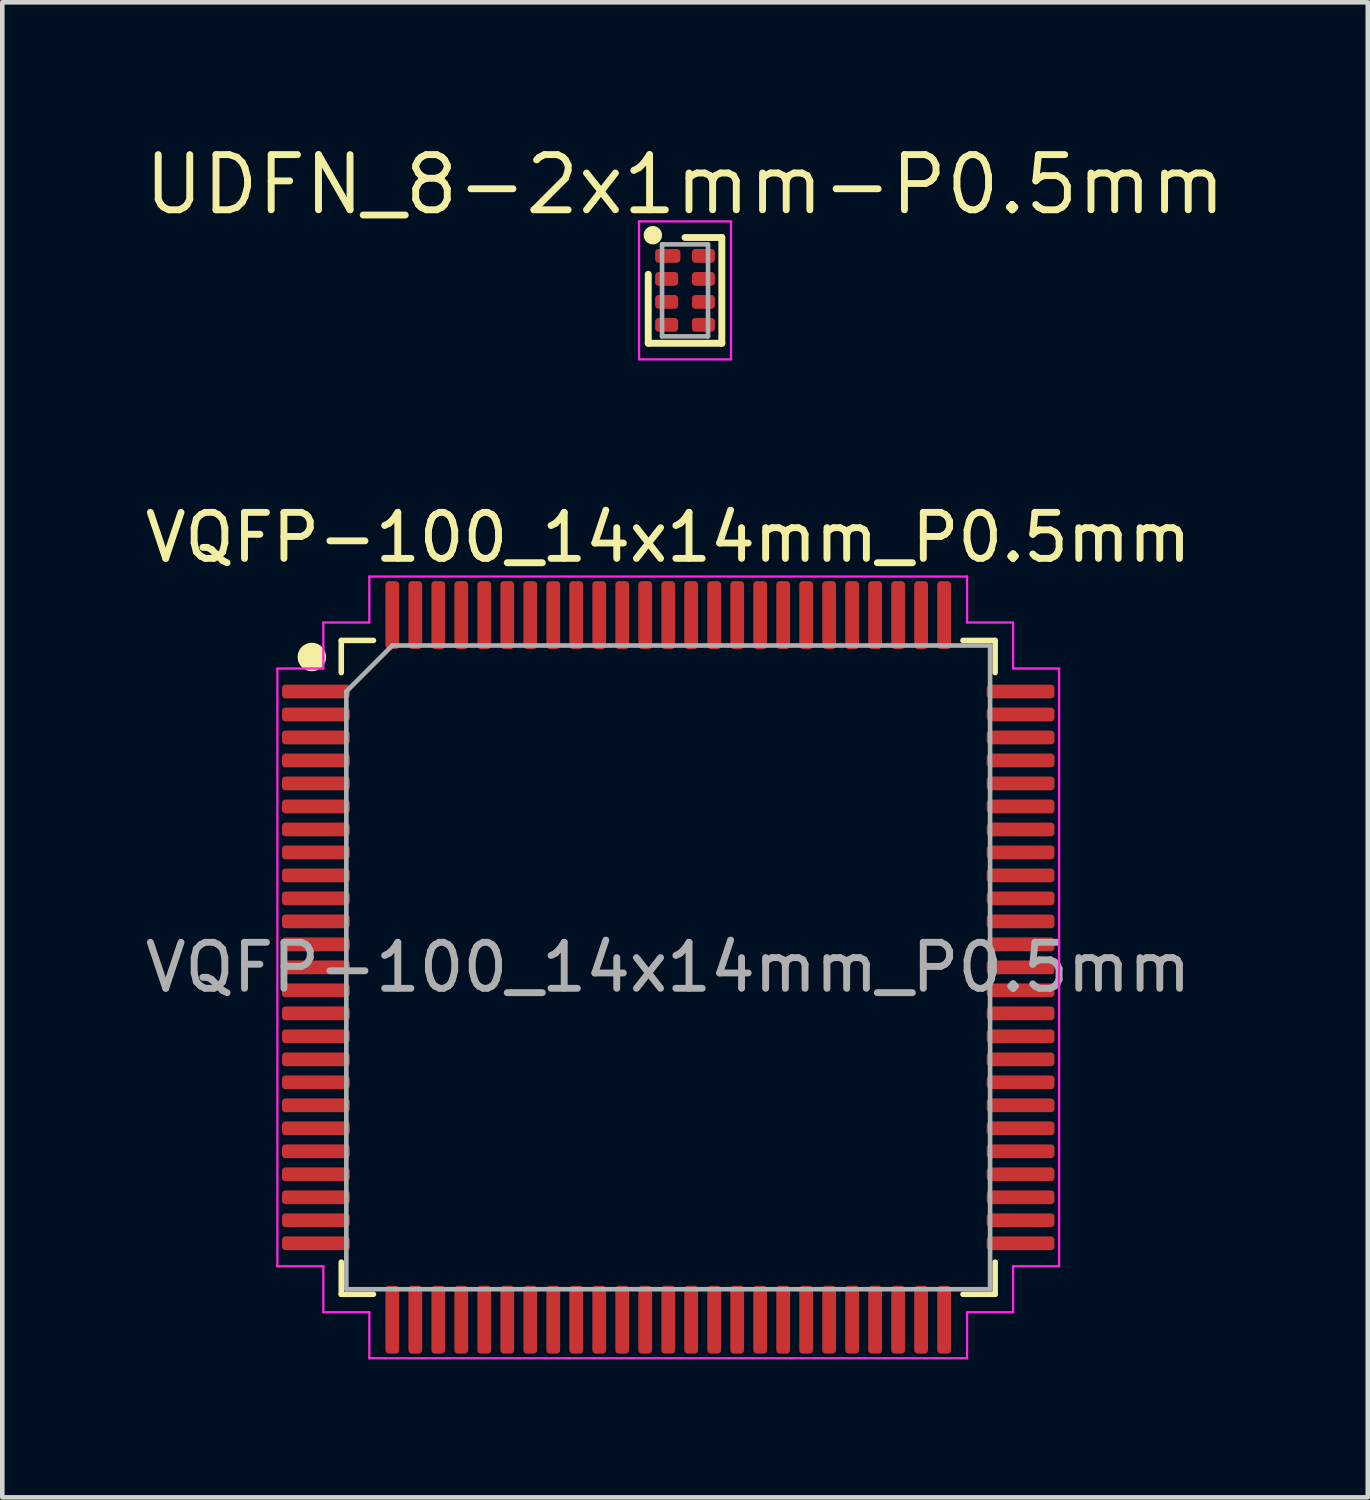
<source format=kicad_pcb>
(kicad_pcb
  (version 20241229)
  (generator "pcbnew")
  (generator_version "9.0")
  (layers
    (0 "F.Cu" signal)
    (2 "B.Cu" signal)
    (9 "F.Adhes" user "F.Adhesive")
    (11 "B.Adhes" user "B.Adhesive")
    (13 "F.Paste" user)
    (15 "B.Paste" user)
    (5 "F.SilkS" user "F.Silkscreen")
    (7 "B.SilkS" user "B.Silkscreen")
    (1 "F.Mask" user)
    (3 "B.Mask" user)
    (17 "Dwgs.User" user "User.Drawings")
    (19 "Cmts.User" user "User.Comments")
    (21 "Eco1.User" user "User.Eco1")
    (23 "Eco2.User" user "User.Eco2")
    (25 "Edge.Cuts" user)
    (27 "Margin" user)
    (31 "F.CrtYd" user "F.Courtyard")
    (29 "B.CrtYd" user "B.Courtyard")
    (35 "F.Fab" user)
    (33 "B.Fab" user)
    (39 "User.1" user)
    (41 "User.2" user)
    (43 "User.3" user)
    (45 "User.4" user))
  (footprint "VQFP-100_14x14mm_P0.5mm"
    (layer "F.Cu")
    (at 11.482 17.988)
    (property "Reference" "VQFP-100_14x14mm_P0.5mm" (at 0 -9.35 0) (layer "F.SilkS") (effects (font (size 1 1) (thickness 0.15))))
    (attr smd)
    (fp_line (start -7.11 -7.11) (end -7.11 -6.41) (stroke (width 0.12) (type solid)) (layer "F.SilkS"))
    (fp_line (start -7.11 7.11) (end -7.11 6.41) (stroke (width 0.12) (type solid)) (layer "F.SilkS"))
    (fp_line (start -6.41 -7.11) (end -7.11 -7.11) (stroke (width 0.12) (type solid)) (layer "F.SilkS"))
    (fp_line (start -6.41 7.11) (end -7.11 7.11) (stroke (width 0.12) (type solid)) (layer "F.SilkS"))
    (fp_line (start 6.41 -7.11) (end 7.11 -7.11) (stroke (width 0.12) (type solid)) (layer "F.SilkS"))
    (fp_line (start 6.41 7.11) (end 7.11 7.11) (stroke (width 0.12) (type solid)) (layer "F.SilkS"))
    (fp_line (start 7.11 -7.11) (end 7.11 -6.41) (stroke (width 0.12) (type solid)) (layer "F.SilkS"))
    (fp_line (start 7.11 7.11) (end 7.11 6.41) (stroke (width 0.12) (type solid)) (layer "F.SilkS"))
    (fp_circle (center -7.75 -6.75) (end -7.5 -6.75) (stroke (width 0.12) (type solid)) (fill yes) (layer "F.SilkS"))
    (fp_line (start -8.5 -6.5) (end -8.5 6.5) (stroke (width 0.05) (type solid)) (layer "F.CrtYd"))
    (fp_line (start -7.5 -7.5) (end -7.5 -6.5) (stroke (width 0.05) (type solid)) (layer "F.CrtYd"))
    (fp_line (start -7.5 -6.5) (end -8.5 -6.5) (stroke (width 0.05) (type solid)) (layer "F.CrtYd"))
    (fp_line (start -7.5 6.5) (end -8.5 6.5) (stroke (width 0.05) (type solid)) (layer "F.CrtYd"))
    (fp_line (start -7.5 7.5) (end -7.5 6.5) (stroke (width 0.05) (type solid)) (layer "F.CrtYd"))
    (fp_line (start -6.5 -8.5) (end -6.5 -7.5) (stroke (width 0.05) (type solid)) (layer "F.CrtYd"))
    (fp_line (start -6.5 -8.5) (end 6.5 -8.5) (stroke (width 0.05) (type solid)) (layer "F.CrtYd"))
    (fp_line (start -6.5 -7.5) (end -7.5 -7.5) (stroke (width 0.05) (type solid)) (layer "F.CrtYd"))
    (fp_line (start -6.5 7.5) (end -7.5 7.5) (stroke (width 0.05) (type solid)) (layer "F.CrtYd"))
    (fp_line (start -6.5 8.5) (end -6.5 7.5) (stroke (width 0.05) (type solid)) (layer "F.CrtYd"))
    (fp_line (start 6.5 -8.5) (end 6.5 -7.5) (stroke (width 0.05) (type solid)) (layer "F.CrtYd"))
    (fp_line (start 6.5 -7.5) (end 7.5 -7.5) (stroke (width 0.05) (type solid)) (layer "F.CrtYd"))
    (fp_line (start 6.5 7.5) (end 7.5 7.5) (stroke (width 0.05) (type solid)) (layer "F.CrtYd"))
    (fp_line (start 6.5 8.5) (end -6.5 8.5) (stroke (width 0.05) (type solid)) (layer "F.CrtYd"))
    (fp_line (start 6.5 8.5) (end 6.5 7.5) (stroke (width 0.05) (type solid)) (layer "F.CrtYd"))
    (fp_line (start 7.5 -7.5) (end 7.5 -6.5) (stroke (width 0.05) (type solid)) (layer "F.CrtYd"))
    (fp_line (start 7.5 -6.5) (end 8.5 -6.5) (stroke (width 0.05) (type solid)) (layer "F.CrtYd"))
    (fp_line (start 7.5 6.5) (end 8.5 6.5) (stroke (width 0.05) (type solid)) (layer "F.CrtYd"))
    (fp_line (start 7.5 7.5) (end 7.5 6.5) (stroke (width 0.05) (type solid)) (layer "F.CrtYd"))
    (fp_line (start 8.5 6.5) (end 8.5 -6.5) (stroke (width 0.05) (type solid)) (layer "F.CrtYd"))
    (fp_line (start -7 -6) (end -6 -7) (stroke (width 0.1) (type solid)) (layer "F.Fab"))
    (fp_line (start -7 7) (end -7 -6) (stroke (width 0.1) (type solid)) (layer "F.Fab"))
    (fp_line (start -6 -7) (end 7 -7) (stroke (width 0.1) (type solid)) (layer "F.Fab"))
    (fp_line (start 7 -7) (end 7 7) (stroke (width 0.1) (type solid)) (layer "F.Fab"))
    (fp_line (start 7 7) (end -7 7) (stroke (width 0.1) (type solid)) (layer "F.Fab"))
    (fp_text user "${REFERENCE}" (at 0 0 0) (layer "F.Fab") (effects (font (size 1 1) (thickness 0.15))))
    (pad "1" smd roundrect (at -7.662 -6) (size 1.475 0.3) (layers "F.Cu" "F.Mask" "F.Paste") (roundrect_rratio 0.25))
    (pad "2" smd roundrect (at -7.662 -5.5) (size 1.475 0.3) (layers "F.Cu" "F.Mask" "F.Paste") (roundrect_rratio 0.25))
    (pad "3" smd roundrect (at -7.662 -5) (size 1.475 0.3) (layers "F.Cu" "F.Mask" "F.Paste") (roundrect_rratio 0.25))
    (pad "4" smd roundrect (at -7.662 -4.5) (size 1.475 0.3) (layers "F.Cu" "F.Mask" "F.Paste") (roundrect_rratio 0.25))
    (pad "5" smd roundrect (at -7.662 -4) (size 1.475 0.3) (layers "F.Cu" "F.Mask" "F.Paste") (roundrect_rratio 0.25))
    (pad "6" smd roundrect (at -7.662 -3.5) (size 1.475 0.3) (layers "F.Cu" "F.Mask" "F.Paste") (roundrect_rratio 0.25))
    (pad "7" smd roundrect (at -7.662 -3) (size 1.475 0.3) (layers "F.Cu" "F.Mask" "F.Paste") (roundrect_rratio 0.25))
    (pad "8" smd roundrect (at -7.662 -2.5) (size 1.475 0.3) (layers "F.Cu" "F.Mask" "F.Paste") (roundrect_rratio 0.25))
    (pad "9" smd roundrect (at -7.662 -2) (size 1.475 0.3) (layers "F.Cu" "F.Mask" "F.Paste") (roundrect_rratio 0.25))
    (pad "10" smd roundrect (at -7.662 -1.5) (size 1.475 0.3) (layers "F.Cu" "F.Mask" "F.Paste") (roundrect_rratio 0.25))
    (pad "11" smd roundrect (at -7.662 -1) (size 1.475 0.3) (layers "F.Cu" "F.Mask" "F.Paste") (roundrect_rratio 0.25))
    (pad "12" smd roundrect (at -7.662 -0.5) (size 1.475 0.3) (layers "F.Cu" "F.Mask" "F.Paste") (roundrect_rratio 0.25))
    (pad "13" smd roundrect (at -7.662 0) (size 1.475 0.3) (layers "F.Cu" "F.Mask" "F.Paste") (roundrect_rratio 0.25))
    (pad "14" smd roundrect (at -7.662 0.5) (size 1.475 0.3) (layers "F.Cu" "F.Mask" "F.Paste") (roundrect_rratio 0.25))
    (pad "15" smd roundrect (at -7.662 1) (size 1.475 0.3) (layers "F.Cu" "F.Mask" "F.Paste") (roundrect_rratio 0.25))
    (pad "16" smd roundrect (at -7.662 1.5) (size 1.475 0.3) (layers "F.Cu" "F.Mask" "F.Paste") (roundrect_rratio 0.25))
    (pad "17" smd roundrect (at -7.662 2) (size 1.475 0.3) (layers "F.Cu" "F.Mask" "F.Paste") (roundrect_rratio 0.25))
    (pad "18" smd roundrect (at -7.662 2.5) (size 1.475 0.3) (layers "F.Cu" "F.Mask" "F.Paste") (roundrect_rratio 0.25))
    (pad "19" smd roundrect (at -7.662 3) (size 1.475 0.3) (layers "F.Cu" "F.Mask" "F.Paste") (roundrect_rratio 0.25))
    (pad "20" smd roundrect (at -7.662 3.5) (size 1.475 0.3) (layers "F.Cu" "F.Mask" "F.Paste") (roundrect_rratio 0.25))
    (pad "21" smd roundrect (at -7.662 4) (size 1.475 0.3) (layers "F.Cu" "F.Mask" "F.Paste") (roundrect_rratio 0.25))
    (pad "22" smd roundrect (at -7.662 4.5) (size 1.475 0.3) (layers "F.Cu" "F.Mask" "F.Paste") (roundrect_rratio 0.25))
    (pad "23" smd roundrect (at -7.662 5) (size 1.475 0.3) (layers "F.Cu" "F.Mask" "F.Paste") (roundrect_rratio 0.25))
    (pad "24" smd roundrect (at -7.662 5.5) (size 1.475 0.3) (layers "F.Cu" "F.Mask" "F.Paste") (roundrect_rratio 0.25))
    (pad "25" smd roundrect (at -7.662 6) (size 1.475 0.3) (layers "F.Cu" "F.Mask" "F.Paste") (roundrect_rratio 0.25))
    (pad "26" smd roundrect (at -6 7.662) (size 0.3 1.475) (layers "F.Cu" "F.Mask" "F.Paste") (roundrect_rratio 0.25))
    (pad "27" smd roundrect (at -5.5 7.662) (size 0.3 1.475) (layers "F.Cu" "F.Mask" "F.Paste") (roundrect_rratio 0.25))
    (pad "28" smd roundrect (at -5 7.662) (size 0.3 1.475) (layers "F.Cu" "F.Mask" "F.Paste") (roundrect_rratio 0.25))
    (pad "29" smd roundrect (at -4.5 7.662) (size 0.3 1.475) (layers "F.Cu" "F.Mask" "F.Paste") (roundrect_rratio 0.25))
    (pad "30" smd roundrect (at -4 7.662) (size 0.3 1.475) (layers "F.Cu" "F.Mask" "F.Paste") (roundrect_rratio 0.25))
    (pad "31" smd roundrect (at -3.5 7.662) (size 0.3 1.475) (layers "F.Cu" "F.Mask" "F.Paste") (roundrect_rratio 0.25))
    (pad "32" smd roundrect (at -3 7.662) (size 0.3 1.475) (layers "F.Cu" "F.Mask" "F.Paste") (roundrect_rratio 0.25))
    (pad "33" smd roundrect (at -2.5 7.662) (size 0.3 1.475) (layers "F.Cu" "F.Mask" "F.Paste") (roundrect_rratio 0.25))
    (pad "34" smd roundrect (at -2 7.662) (size 0.3 1.475) (layers "F.Cu" "F.Mask" "F.Paste") (roundrect_rratio 0.25))
    (pad "35" smd roundrect (at -1.5 7.662) (size 0.3 1.475) (layers "F.Cu" "F.Mask" "F.Paste") (roundrect_rratio 0.25))
    (pad "36" smd roundrect (at -1 7.662) (size 0.3 1.475) (layers "F.Cu" "F.Mask" "F.Paste") (roundrect_rratio 0.25))
    (pad "37" smd roundrect (at -0.5 7.662) (size 0.3 1.475) (layers "F.Cu" "F.Mask" "F.Paste") (roundrect_rratio 0.25))
    (pad "38" smd roundrect (at 0 7.662) (size 0.3 1.475) (layers "F.Cu" "F.Mask" "F.Paste") (roundrect_rratio 0.25))
    (pad "39" smd roundrect (at 0.5 7.662) (size 0.3 1.475) (layers "F.Cu" "F.Mask" "F.Paste") (roundrect_rratio 0.25))
    (pad "40" smd roundrect (at 1 7.662) (size 0.3 1.475) (layers "F.Cu" "F.Mask" "F.Paste") (roundrect_rratio 0.25))
    (pad "41" smd roundrect (at 1.5 7.662) (size 0.3 1.475) (layers "F.Cu" "F.Mask" "F.Paste") (roundrect_rratio 0.25))
    (pad "42" smd roundrect (at 2 7.662) (size 0.3 1.475) (layers "F.Cu" "F.Mask" "F.Paste") (roundrect_rratio 0.25))
    (pad "43" smd roundrect (at 2.5 7.662) (size 0.3 1.475) (layers "F.Cu" "F.Mask" "F.Paste") (roundrect_rratio 0.25))
    (pad "44" smd roundrect (at 3 7.662) (size 0.3 1.475) (layers "F.Cu" "F.Mask" "F.Paste") (roundrect_rratio 0.25))
    (pad "45" smd roundrect (at 3.5 7.662) (size 0.3 1.475) (layers "F.Cu" "F.Mask" "F.Paste") (roundrect_rratio 0.25))
    (pad "46" smd roundrect (at 4 7.662) (size 0.3 1.475) (layers "F.Cu" "F.Mask" "F.Paste") (roundrect_rratio 0.25))
    (pad "47" smd roundrect (at 4.5 7.662) (size 0.3 1.475) (layers "F.Cu" "F.Mask" "F.Paste") (roundrect_rratio 0.25))
    (pad "48" smd roundrect (at 5 7.662) (size 0.3 1.475) (layers "F.Cu" "F.Mask" "F.Paste") (roundrect_rratio 0.25))
    (pad "49" smd roundrect (at 5.5 7.662) (size 0.3 1.475) (layers "F.Cu" "F.Mask" "F.Paste") (roundrect_rratio 0.25))
    (pad "50" smd roundrect (at 6 7.662) (size 0.3 1.475) (layers "F.Cu" "F.Mask" "F.Paste") (roundrect_rratio 0.25))
    (pad "51" smd roundrect (at 7.662 6) (size 1.475 0.3) (layers "F.Cu" "F.Mask" "F.Paste") (roundrect_rratio 0.25))
    (pad "52" smd roundrect (at 7.662 5.5) (size 1.475 0.3) (layers "F.Cu" "F.Mask" "F.Paste") (roundrect_rratio 0.25))
    (pad "53" smd roundrect (at 7.662 5) (size 1.475 0.3) (layers "F.Cu" "F.Mask" "F.Paste") (roundrect_rratio 0.25))
    (pad "54" smd roundrect (at 7.662 4.5) (size 1.475 0.3) (layers "F.Cu" "F.Mask" "F.Paste") (roundrect_rratio 0.25))
    (pad "55" smd roundrect (at 7.662 4) (size 1.475 0.3) (layers "F.Cu" "F.Mask" "F.Paste") (roundrect_rratio 0.25))
    (pad "56" smd roundrect (at 7.662 3.5) (size 1.475 0.3) (layers "F.Cu" "F.Mask" "F.Paste") (roundrect_rratio 0.25))
    (pad "57" smd roundrect (at 7.662 3) (size 1.475 0.3) (layers "F.Cu" "F.Mask" "F.Paste") (roundrect_rratio 0.25))
    (pad "58" smd roundrect (at 7.662 2.5) (size 1.475 0.3) (layers "F.Cu" "F.Mask" "F.Paste") (roundrect_rratio 0.25))
    (pad "59" smd roundrect (at 7.662 2) (size 1.475 0.3) (layers "F.Cu" "F.Mask" "F.Paste") (roundrect_rratio 0.25))
    (pad "60" smd roundrect (at 7.662 1.5) (size 1.475 0.3) (layers "F.Cu" "F.Mask" "F.Paste") (roundrect_rratio 0.25))
    (pad "61" smd roundrect (at 7.662 1) (size 1.475 0.3) (layers "F.Cu" "F.Mask" "F.Paste") (roundrect_rratio 0.25))
    (pad "62" smd roundrect (at 7.662 0.5) (size 1.475 0.3) (layers "F.Cu" "F.Mask" "F.Paste") (roundrect_rratio 0.25))
    (pad "63" smd roundrect (at 7.662 0) (size 1.475 0.3) (layers "F.Cu" "F.Mask" "F.Paste") (roundrect_rratio 0.25))
    (pad "64" smd roundrect (at 7.662 -0.5) (size 1.475 0.3) (layers "F.Cu" "F.Mask" "F.Paste") (roundrect_rratio 0.25))
    (pad "65" smd roundrect (at 7.662 -1) (size 1.475 0.3) (layers "F.Cu" "F.Mask" "F.Paste") (roundrect_rratio 0.25))
    (pad "66" smd roundrect (at 7.662 -1.5) (size 1.475 0.3) (layers "F.Cu" "F.Mask" "F.Paste") (roundrect_rratio 0.25))
    (pad "67" smd roundrect (at 7.662 -2) (size 1.475 0.3) (layers "F.Cu" "F.Mask" "F.Paste") (roundrect_rratio 0.25))
    (pad "68" smd roundrect (at 7.662 -2.5) (size 1.475 0.3) (layers "F.Cu" "F.Mask" "F.Paste") (roundrect_rratio 0.25))
    (pad "69" smd roundrect (at 7.662 -3) (size 1.475 0.3) (layers "F.Cu" "F.Mask" "F.Paste") (roundrect_rratio 0.25))
    (pad "70" smd roundrect (at 7.662 -3.5) (size 1.475 0.3) (layers "F.Cu" "F.Mask" "F.Paste") (roundrect_rratio 0.25))
    (pad "71" smd roundrect (at 7.662 -4) (size 1.475 0.3) (layers "F.Cu" "F.Mask" "F.Paste") (roundrect_rratio 0.25))
    (pad "72" smd roundrect (at 7.662 -4.5) (size 1.475 0.3) (layers "F.Cu" "F.Mask" "F.Paste") (roundrect_rratio 0.25))
    (pad "73" smd roundrect (at 7.662 -5) (size 1.475 0.3) (layers "F.Cu" "F.Mask" "F.Paste") (roundrect_rratio 0.25))
    (pad "74" smd roundrect (at 7.662 -5.5) (size 1.475 0.3) (layers "F.Cu" "F.Mask" "F.Paste") (roundrect_rratio 0.25))
    (pad "75" smd roundrect (at 7.662 -6) (size 1.475 0.3) (layers "F.Cu" "F.Mask" "F.Paste") (roundrect_rratio 0.25))
    (pad "76" smd roundrect (at 6 -7.662) (size 0.3 1.475) (layers "F.Cu" "F.Mask" "F.Paste") (roundrect_rratio 0.25))
    (pad "77" smd roundrect (at 5.5 -7.662) (size 0.3 1.475) (layers "F.Cu" "F.Mask" "F.Paste") (roundrect_rratio 0.25))
    (pad "78" smd roundrect (at 5 -7.662) (size 0.3 1.475) (layers "F.Cu" "F.Mask" "F.Paste") (roundrect_rratio 0.25))
    (pad "79" smd roundrect (at 4.5 -7.662) (size 0.3 1.475) (layers "F.Cu" "F.Mask" "F.Paste") (roundrect_rratio 0.25))
    (pad "80" smd roundrect (at 4 -7.662) (size 0.3 1.475) (layers "F.Cu" "F.Mask" "F.Paste") (roundrect_rratio 0.25))
    (pad "81" smd roundrect (at 3.5 -7.662) (size 0.3 1.475) (layers "F.Cu" "F.Mask" "F.Paste") (roundrect_rratio 0.25))
    (pad "82" smd roundrect (at 3 -7.662) (size 0.3 1.475) (layers "F.Cu" "F.Mask" "F.Paste") (roundrect_rratio 0.25))
    (pad "83" smd roundrect (at 2.5 -7.662) (size 0.3 1.475) (layers "F.Cu" "F.Mask" "F.Paste") (roundrect_rratio 0.25))
    (pad "84" smd roundrect (at 2 -7.662) (size 0.3 1.475) (layers "F.Cu" "F.Mask" "F.Paste") (roundrect_rratio 0.25))
    (pad "85" smd roundrect (at 1.5 -7.662) (size 0.3 1.475) (layers "F.Cu" "F.Mask" "F.Paste") (roundrect_rratio 0.25))
    (pad "86" smd roundrect (at 1 -7.662) (size 0.3 1.475) (layers "F.Cu" "F.Mask" "F.Paste") (roundrect_rratio 0.25))
    (pad "87" smd roundrect (at 0.5 -7.662) (size 0.3 1.475) (layers "F.Cu" "F.Mask" "F.Paste") (roundrect_rratio 0.25))
    (pad "88" smd roundrect (at 0 -7.662) (size 0.3 1.475) (layers "F.Cu" "F.Mask" "F.Paste") (roundrect_rratio 0.25))
    (pad "89" smd roundrect (at -0.5 -7.662) (size 0.3 1.475) (layers "F.Cu" "F.Mask" "F.Paste") (roundrect_rratio 0.25))
    (pad "90" smd roundrect (at -1 -7.662) (size 0.3 1.475) (layers "F.Cu" "F.Mask" "F.Paste") (roundrect_rratio 0.25))
    (pad "91" smd roundrect (at -1.5 -7.662) (size 0.3 1.475) (layers "F.Cu" "F.Mask" "F.Paste") (roundrect_rratio 0.25))
    (pad "92" smd roundrect (at -2 -7.662) (size 0.3 1.475) (layers "F.Cu" "F.Mask" "F.Paste") (roundrect_rratio 0.25))
    (pad "93" smd roundrect (at -2.5 -7.662) (size 0.3 1.475) (layers "F.Cu" "F.Mask" "F.Paste") (roundrect_rratio 0.25))
    (pad "94" smd roundrect (at -3 -7.662) (size 0.3 1.475) (layers "F.Cu" "F.Mask" "F.Paste") (roundrect_rratio 0.25))
    (pad "95" smd roundrect (at -3.5 -7.662) (size 0.3 1.475) (layers "F.Cu" "F.Mask" "F.Paste") (roundrect_rratio 0.25))
    (pad "96" smd roundrect (at -4 -7.662) (size 0.3 1.475) (layers "F.Cu" "F.Mask" "F.Paste") (roundrect_rratio 0.25))
    (pad "97" smd roundrect (at -4.5 -7.662) (size 0.3 1.475) (layers "F.Cu" "F.Mask" "F.Paste") (roundrect_rratio 0.25))
    (pad "98" smd roundrect (at -5 -7.662) (size 0.3 1.475) (layers "F.Cu" "F.Mask" "F.Paste") (roundrect_rratio 0.25))
    (pad "99" smd roundrect (at -5.5 -7.662) (size 0.3 1.475) (layers "F.Cu" "F.Mask" "F.Paste") (roundrect_rratio 0.25))
    (pad "100" smd roundrect (at -6 -7.662) (size 0.3 1.475) (layers "F.Cu" "F.Mask" "F.Paste") (roundrect_rratio 0.25)))
  (footprint "UDFN_8-2x1mm-P0.5mm"
    (layer "F.Cu")
    (at 11.848 3.265)
    (property "Reference" "UDFN_8-2x1mm-P0.5mm" (at 0 -2.3 0) (layer "F.SilkS") (effects (font (size 1.2 1.2) (thickness 0.15))))
    (attr smd)
    (fp_line (start -0.8 -0.35) (end -0.8 1.15) (stroke (width 0.15) (type solid)) (layer "F.SilkS"))
    (fp_line (start -0.8 1.15) (end 0.8 1.15) (stroke (width 0.15) (type solid)) (layer "F.SilkS"))
    (fp_line (start 0.8 -1.15) (end 0 -1.15) (stroke (width 0.15) (type solid)) (layer "F.SilkS"))
    (fp_line (start 0.8 1.15) (end 0.8 -1.15) (stroke (width 0.15) (type solid)) (layer "F.SilkS"))
    (fp_circle (center -0.7 -1.2) (end -0.6 -1.2) (stroke (width 0.2) (type solid)) (fill no) (layer "F.SilkS"))
    (fp_line (start -1 -1.5) (end 1 -1.5) (stroke (width 0.05) (type solid)) (layer "F.CrtYd"))
    (fp_line (start -1 1.5) (end -1 -1.5) (stroke (width 0.05) (type solid)) (layer "F.CrtYd"))
    (fp_line (start 1 -1.5) (end 1 1.5) (stroke (width 0.05) (type solid)) (layer "F.CrtYd"))
    (fp_line (start 1 1.5) (end -1 1.5) (stroke (width 0.05) (type solid)) (layer "F.CrtYd"))
    (fp_line (start -0.5 -1) (end -0.5 1) (stroke (width 0.1) (type solid)) (layer "F.Fab"))
    (fp_line (start -0.5 1) (end 0.5 1) (stroke (width 0.1) (type solid)) (layer "F.Fab"))
    (fp_line (start 0.5 -1) (end -0.5 -1) (stroke (width 0.1) (type solid)) (layer "F.Fab"))
    (fp_line (start 0.5 1) (end 0.5 -1) (stroke (width 0.1) (type solid)) (layer "F.Fab"))
    (pad "1" smd roundrect (at -0.375 -0.75) (size 0.55 0.3) (layers "F.Cu" "F.Mask" "F.Paste") (roundrect_rratio 0.25))
    (pad "2" smd roundrect (at -0.4 -0.25) (size 0.5 0.3) (layers "F.Cu" "F.Mask" "F.Paste") (roundrect_rratio 0.25))
    (pad "3" smd roundrect (at -0.4 0.25) (size 0.5 0.3) (layers "F.Cu" "F.Mask" "F.Paste") (roundrect_rratio 0.25))
    (pad "4" smd roundrect (at -0.4 0.75) (size 0.5 0.3) (layers "F.Cu" "F.Mask" "F.Paste") (roundrect_rratio 0.25))
    (pad "5" smd roundrect (at 0.4 0.75) (size 0.5 0.3) (layers "F.Cu" "F.Mask" "F.Paste") (roundrect_rratio 0.25))
    (pad "6" smd roundrect (at 0.4 0.25) (size 0.5 0.3) (layers "F.Cu" "F.Mask" "F.Paste") (roundrect_rratio 0.25))
    (pad "7" smd roundrect (at 0.4 -0.25) (size 0.5 0.3) (layers "F.Cu" "F.Mask" "F.Paste") (roundrect_rratio 0.25))
    (pad "8" smd roundrect (at 0.4 -0.75) (size 0.5 0.3) (layers "F.Cu" "F.Mask" "F.Paste") (roundrect_rratio 0.25)))
  (gr_rect
    (start -3 -3)
    (end 26.696 29.514)
    (stroke (width 0.1) (type default))
    (fill no)
    (layer "Edge.Cuts")))
</source>
